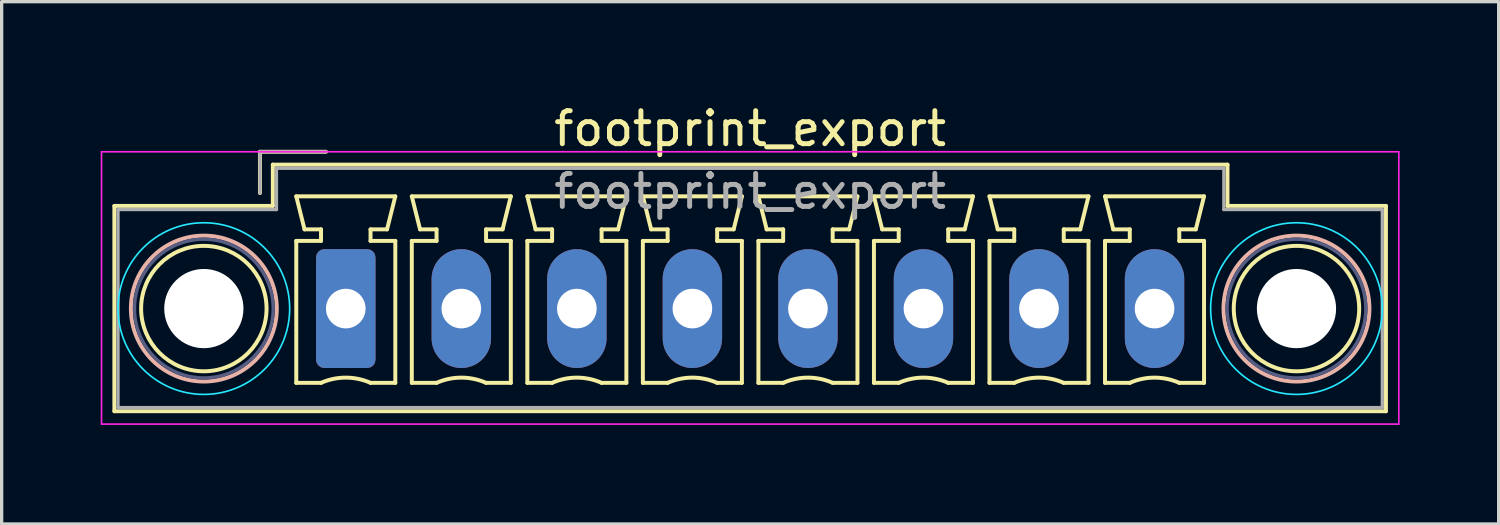
<source format=kicad_pcb>
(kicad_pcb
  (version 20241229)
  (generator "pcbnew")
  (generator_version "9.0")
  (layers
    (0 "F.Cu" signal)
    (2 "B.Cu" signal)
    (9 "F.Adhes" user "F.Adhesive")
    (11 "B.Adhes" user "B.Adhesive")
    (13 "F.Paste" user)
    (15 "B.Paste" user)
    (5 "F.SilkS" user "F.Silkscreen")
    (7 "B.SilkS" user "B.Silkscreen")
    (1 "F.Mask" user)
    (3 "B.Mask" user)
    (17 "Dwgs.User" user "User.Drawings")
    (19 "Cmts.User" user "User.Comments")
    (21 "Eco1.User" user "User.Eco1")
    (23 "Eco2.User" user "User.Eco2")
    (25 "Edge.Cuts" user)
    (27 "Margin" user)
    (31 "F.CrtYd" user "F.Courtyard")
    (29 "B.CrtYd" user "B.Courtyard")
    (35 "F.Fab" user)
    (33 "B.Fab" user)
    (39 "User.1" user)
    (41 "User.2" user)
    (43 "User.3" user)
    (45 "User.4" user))
  (footprint "footprint_export"
    (layer "F.Cu")
    (at 7.425 6.298)
    (property "Reference" "footprint_export" (at 12.25 -5.45 0) (layer "F.SilkS") (effects (font (size 1 1) (thickness 0.15))))
    (attr through_hole)
    (fp_line (start -7.01 -3.11) (end -7.01 3.11) (stroke (width 0.12) (type solid)) (layer "F.SilkS"))
    (fp_line (start -7.01 3.11) (end 31.51 3.11) (stroke (width 0.12) (type solid)) (layer "F.SilkS"))
    (fp_line (start -2.6 -4.75) (end -0.6 -4.75) (stroke (width 0.12) (type solid)) (layer "F.SilkS"))
    (fp_line (start -2.6 -3.5) (end -2.6 -4.75) (stroke (width 0.12) (type solid)) (layer "F.SilkS"))
    (fp_line (start -2.21 -4.36) (end -2.21 -3.11) (stroke (width 0.12) (type solid)) (layer "F.SilkS"))
    (fp_line (start -2.21 -3.11) (end -7.01 -3.11) (stroke (width 0.12) (type solid)) (layer "F.SilkS"))
    (fp_line (start -1.5 -3.4) (end 1.5 -3.4) (stroke (width 0.12) (type solid)) (layer "F.SilkS"))
    (fp_line (start -1.5 -2.05) (end -0.75 -2.05) (stroke (width 0.12) (type solid)) (layer "F.SilkS"))
    (fp_line (start -1.5 2.25) (end -1.5 -2.05) (stroke (width 0.12) (type solid)) (layer "F.SilkS"))
    (fp_line (start -1.25 -2.4) (end -1.5 -3.4) (stroke (width 0.12) (type solid)) (layer "F.SilkS"))
    (fp_line (start -0.75 -2.4) (end -1.25 -2.4) (stroke (width 0.12) (type solid)) (layer "F.SilkS"))
    (fp_line (start -0.75 -2.05) (end -0.75 -2.4) (stroke (width 0.12) (type solid)) (layer "F.SilkS"))
    (fp_line (start -0.75 2.25) (end -1.5 2.25) (stroke (width 0.12) (type solid)) (layer "F.SilkS"))
    (fp_line (start 0.75 -2.4) (end 0.75 -2.05) (stroke (width 0.12) (type solid)) (layer "F.SilkS"))
    (fp_line (start 0.75 -2.05) (end 1.5 -2.05) (stroke (width 0.12) (type solid)) (layer "F.SilkS"))
    (fp_line (start 1.25 -2.4) (end 0.75 -2.4) (stroke (width 0.12) (type solid)) (layer "F.SilkS"))
    (fp_line (start 1.5 -3.4) (end 1.25 -2.4) (stroke (width 0.12) (type solid)) (layer "F.SilkS"))
    (fp_line (start 1.5 -2.05) (end 1.5 2.25) (stroke (width 0.12) (type solid)) (layer "F.SilkS"))
    (fp_line (start 1.5 2.25) (end 0.75 2.25) (stroke (width 0.12) (type solid)) (layer "F.SilkS"))
    (fp_line (start 2 -3.4) (end 5 -3.4) (stroke (width 0.12) (type solid)) (layer "F.SilkS"))
    (fp_line (start 2 -2.05) (end 2.75 -2.05) (stroke (width 0.12) (type solid)) (layer "F.SilkS"))
    (fp_line (start 2 2.25) (end 2 -2.05) (stroke (width 0.12) (type solid)) (layer "F.SilkS"))
    (fp_line (start 2.25 -2.4) (end 2 -3.4) (stroke (width 0.12) (type solid)) (layer "F.SilkS"))
    (fp_line (start 2.75 -2.4) (end 2.25 -2.4) (stroke (width 0.12) (type solid)) (layer "F.SilkS"))
    (fp_line (start 2.75 -2.05) (end 2.75 -2.4) (stroke (width 0.12) (type solid)) (layer "F.SilkS"))
    (fp_line (start 2.75 2.25) (end 2 2.25) (stroke (width 0.12) (type solid)) (layer "F.SilkS"))
    (fp_line (start 4.25 -2.4) (end 4.25 -2.05) (stroke (width 0.12) (type solid)) (layer "F.SilkS"))
    (fp_line (start 4.25 -2.05) (end 5 -2.05) (stroke (width 0.12) (type solid)) (layer "F.SilkS"))
    (fp_line (start 4.75 -2.4) (end 4.25 -2.4) (stroke (width 0.12) (type solid)) (layer "F.SilkS"))
    (fp_line (start 5 -3.4) (end 4.75 -2.4) (stroke (width 0.12) (type solid)) (layer "F.SilkS"))
    (fp_line (start 5 -2.05) (end 5 2.25) (stroke (width 0.12) (type solid)) (layer "F.SilkS"))
    (fp_line (start 5 2.25) (end 4.25 2.25) (stroke (width 0.12) (type solid)) (layer "F.SilkS"))
    (fp_line (start 5.5 -3.4) (end 8.5 -3.4) (stroke (width 0.12) (type solid)) (layer "F.SilkS"))
    (fp_line (start 5.5 -2.05) (end 6.25 -2.05) (stroke (width 0.12) (type solid)) (layer "F.SilkS"))
    (fp_line (start 5.5 2.25) (end 5.5 -2.05) (stroke (width 0.12) (type solid)) (layer "F.SilkS"))
    (fp_line (start 5.75 -2.4) (end 5.5 -3.4) (stroke (width 0.12) (type solid)) (layer "F.SilkS"))
    (fp_line (start 6.25 -2.4) (end 5.75 -2.4) (stroke (width 0.12) (type solid)) (layer "F.SilkS"))
    (fp_line (start 6.25 -2.05) (end 6.25 -2.4) (stroke (width 0.12) (type solid)) (layer "F.SilkS"))
    (fp_line (start 6.25 2.25) (end 5.5 2.25) (stroke (width 0.12) (type solid)) (layer "F.SilkS"))
    (fp_line (start 7.75 -2.4) (end 7.75 -2.05) (stroke (width 0.12) (type solid)) (layer "F.SilkS"))
    (fp_line (start 7.75 -2.05) (end 8.5 -2.05) (stroke (width 0.12) (type solid)) (layer "F.SilkS"))
    (fp_line (start 8.25 -2.4) (end 7.75 -2.4) (stroke (width 0.12) (type solid)) (layer "F.SilkS"))
    (fp_line (start 8.5 -3.4) (end 8.25 -2.4) (stroke (width 0.12) (type solid)) (layer "F.SilkS"))
    (fp_line (start 8.5 -2.05) (end 8.5 2.25) (stroke (width 0.12) (type solid)) (layer "F.SilkS"))
    (fp_line (start 8.5 2.25) (end 7.75 2.25) (stroke (width 0.12) (type solid)) (layer "F.SilkS"))
    (fp_line (start 9 -3.4) (end 12 -3.4) (stroke (width 0.12) (type solid)) (layer "F.SilkS"))
    (fp_line (start 9 -2.05) (end 9.75 -2.05) (stroke (width 0.12) (type solid)) (layer "F.SilkS"))
    (fp_line (start 9 2.25) (end 9 -2.05) (stroke (width 0.12) (type solid)) (layer "F.SilkS"))
    (fp_line (start 9.25 -2.4) (end 9 -3.4) (stroke (width 0.12) (type solid)) (layer "F.SilkS"))
    (fp_line (start 9.75 -2.4) (end 9.25 -2.4) (stroke (width 0.12) (type solid)) (layer "F.SilkS"))
    (fp_line (start 9.75 -2.05) (end 9.75 -2.4) (stroke (width 0.12) (type solid)) (layer "F.SilkS"))
    (fp_line (start 9.75 2.25) (end 9 2.25) (stroke (width 0.12) (type solid)) (layer "F.SilkS"))
    (fp_line (start 11.25 -2.4) (end 11.25 -2.05) (stroke (width 0.12) (type solid)) (layer "F.SilkS"))
    (fp_line (start 11.25 -2.05) (end 12 -2.05) (stroke (width 0.12) (type solid)) (layer "F.SilkS"))
    (fp_line (start 11.75 -2.4) (end 11.25 -2.4) (stroke (width 0.12) (type solid)) (layer "F.SilkS"))
    (fp_line (start 12 -3.4) (end 11.75 -2.4) (stroke (width 0.12) (type solid)) (layer "F.SilkS"))
    (fp_line (start 12 -2.05) (end 12 2.25) (stroke (width 0.12) (type solid)) (layer "F.SilkS"))
    (fp_line (start 12 2.25) (end 11.25 2.25) (stroke (width 0.12) (type solid)) (layer "F.SilkS"))
    (fp_line (start 12.5 -3.4) (end 15.5 -3.4) (stroke (width 0.12) (type solid)) (layer "F.SilkS"))
    (fp_line (start 12.5 -2.05) (end 13.25 -2.05) (stroke (width 0.12) (type solid)) (layer "F.SilkS"))
    (fp_line (start 12.5 2.25) (end 12.5 -2.05) (stroke (width 0.12) (type solid)) (layer "F.SilkS"))
    (fp_line (start 12.75 -2.4) (end 12.5 -3.4) (stroke (width 0.12) (type solid)) (layer "F.SilkS"))
    (fp_line (start 13.25 -2.4) (end 12.75 -2.4) (stroke (width 0.12) (type solid)) (layer "F.SilkS"))
    (fp_line (start 13.25 -2.05) (end 13.25 -2.4) (stroke (width 0.12) (type solid)) (layer "F.SilkS"))
    (fp_line (start 13.25 2.25) (end 12.5 2.25) (stroke (width 0.12) (type solid)) (layer "F.SilkS"))
    (fp_line (start 14.75 -2.4) (end 14.75 -2.05) (stroke (width 0.12) (type solid)) (layer "F.SilkS"))
    (fp_line (start 14.75 -2.05) (end 15.5 -2.05) (stroke (width 0.12) (type solid)) (layer "F.SilkS"))
    (fp_line (start 15.25 -2.4) (end 14.75 -2.4) (stroke (width 0.12) (type solid)) (layer "F.SilkS"))
    (fp_line (start 15.5 -3.4) (end 15.25 -2.4) (stroke (width 0.12) (type solid)) (layer "F.SilkS"))
    (fp_line (start 15.5 -2.05) (end 15.5 2.25) (stroke (width 0.12) (type solid)) (layer "F.SilkS"))
    (fp_line (start 15.5 2.25) (end 14.75 2.25) (stroke (width 0.12) (type solid)) (layer "F.SilkS"))
    (fp_line (start 16 -3.4) (end 19 -3.4) (stroke (width 0.12) (type solid)) (layer "F.SilkS"))
    (fp_line (start 16 -2.05) (end 16.75 -2.05) (stroke (width 0.12) (type solid)) (layer "F.SilkS"))
    (fp_line (start 16 2.25) (end 16 -2.05) (stroke (width 0.12) (type solid)) (layer "F.SilkS"))
    (fp_line (start 16.25 -2.4) (end 16 -3.4) (stroke (width 0.12) (type solid)) (layer "F.SilkS"))
    (fp_line (start 16.75 -2.4) (end 16.25 -2.4) (stroke (width 0.12) (type solid)) (layer "F.SilkS"))
    (fp_line (start 16.75 -2.05) (end 16.75 -2.4) (stroke (width 0.12) (type solid)) (layer "F.SilkS"))
    (fp_line (start 16.75 2.25) (end 16 2.25) (stroke (width 0.12) (type solid)) (layer "F.SilkS"))
    (fp_line (start 18.25 -2.4) (end 18.25 -2.05) (stroke (width 0.12) (type solid)) (layer "F.SilkS"))
    (fp_line (start 18.25 -2.05) (end 19 -2.05) (stroke (width 0.12) (type solid)) (layer "F.SilkS"))
    (fp_line (start 18.75 -2.4) (end 18.25 -2.4) (stroke (width 0.12) (type solid)) (layer "F.SilkS"))
    (fp_line (start 19 -3.4) (end 18.75 -2.4) (stroke (width 0.12) (type solid)) (layer "F.SilkS"))
    (fp_line (start 19 -2.05) (end 19 2.25) (stroke (width 0.12) (type solid)) (layer "F.SilkS"))
    (fp_line (start 19 2.25) (end 18.25 2.25) (stroke (width 0.12) (type solid)) (layer "F.SilkS"))
    (fp_line (start 19.5 -3.4) (end 22.5 -3.4) (stroke (width 0.12) (type solid)) (layer "F.SilkS"))
    (fp_line (start 19.5 -2.05) (end 20.25 -2.05) (stroke (width 0.12) (type solid)) (layer "F.SilkS"))
    (fp_line (start 19.5 2.25) (end 19.5 -2.05) (stroke (width 0.12) (type solid)) (layer "F.SilkS"))
    (fp_line (start 19.75 -2.4) (end 19.5 -3.4) (stroke (width 0.12) (type solid)) (layer "F.SilkS"))
    (fp_line (start 20.25 -2.4) (end 19.75 -2.4) (stroke (width 0.12) (type solid)) (layer "F.SilkS"))
    (fp_line (start 20.25 -2.05) (end 20.25 -2.4) (stroke (width 0.12) (type solid)) (layer "F.SilkS"))
    (fp_line (start 20.25 2.25) (end 19.5 2.25) (stroke (width 0.12) (type solid)) (layer "F.SilkS"))
    (fp_line (start 21.75 -2.4) (end 21.75 -2.05) (stroke (width 0.12) (type solid)) (layer "F.SilkS"))
    (fp_line (start 21.75 -2.05) (end 22.5 -2.05) (stroke (width 0.12) (type solid)) (layer "F.SilkS"))
    (fp_line (start 22.25 -2.4) (end 21.75 -2.4) (stroke (width 0.12) (type solid)) (layer "F.SilkS"))
    (fp_line (start 22.5 -3.4) (end 22.25 -2.4) (stroke (width 0.12) (type solid)) (layer "F.SilkS"))
    (fp_line (start 22.5 -2.05) (end 22.5 2.25) (stroke (width 0.12) (type solid)) (layer "F.SilkS"))
    (fp_line (start 22.5 2.25) (end 21.75 2.25) (stroke (width 0.12) (type solid)) (layer "F.SilkS"))
    (fp_line (start 23 -3.4) (end 26 -3.4) (stroke (width 0.12) (type solid)) (layer "F.SilkS"))
    (fp_line (start 23 -2.05) (end 23.75 -2.05) (stroke (width 0.12) (type solid)) (layer "F.SilkS"))
    (fp_line (start 23 2.25) (end 23 -2.05) (stroke (width 0.12) (type solid)) (layer "F.SilkS"))
    (fp_line (start 23.25 -2.4) (end 23 -3.4) (stroke (width 0.12) (type solid)) (layer "F.SilkS"))
    (fp_line (start 23.75 -2.4) (end 23.25 -2.4) (stroke (width 0.12) (type solid)) (layer "F.SilkS"))
    (fp_line (start 23.75 -2.05) (end 23.75 -2.4) (stroke (width 0.12) (type solid)) (layer "F.SilkS"))
    (fp_line (start 23.75 2.25) (end 23 2.25) (stroke (width 0.12) (type solid)) (layer "F.SilkS"))
    (fp_line (start 25.25 -2.4) (end 25.25 -2.05) (stroke (width 0.12) (type solid)) (layer "F.SilkS"))
    (fp_line (start 25.25 -2.05) (end 26 -2.05) (stroke (width 0.12) (type solid)) (layer "F.SilkS"))
    (fp_line (start 25.75 -2.4) (end 25.25 -2.4) (stroke (width 0.12) (type solid)) (layer "F.SilkS"))
    (fp_line (start 26 -3.4) (end 25.75 -2.4) (stroke (width 0.12) (type solid)) (layer "F.SilkS"))
    (fp_line (start 26 -2.05) (end 26 2.25) (stroke (width 0.12) (type solid)) (layer "F.SilkS"))
    (fp_line (start 26 2.25) (end 25.25 2.25) (stroke (width 0.12) (type solid)) (layer "F.SilkS"))
    (fp_line (start 26.71 -4.36) (end -2.21 -4.36) (stroke (width 0.12) (type solid)) (layer "F.SilkS"))
    (fp_line (start 26.71 -3.11) (end 26.71 -4.36) (stroke (width 0.12) (type solid)) (layer "F.SilkS"))
    (fp_line (start 31.51 -3.11) (end 26.71 -3.11) (stroke (width 0.12) (type solid)) (layer "F.SilkS"))
    (fp_line (start 31.51 3.11) (end 31.51 -3.11) (stroke (width 0.12) (type solid)) (layer "F.SilkS"))
    (fp_arc (start -0.75 2.25) (mid -0.000193 2.09191) (end 0.749647 2.249844) (stroke (width 0.12) (type solid)) (layer "F.SilkS"))
    (fp_arc (start 2.75 2.25) (mid 3.499807 2.09191) (end 4.249647 2.249844) (stroke (width 0.12) (type solid)) (layer "F.SilkS"))
    (fp_arc (start 6.25 2.25) (mid 6.999807 2.09191) (end 7.749647 2.249844) (stroke (width 0.12) (type solid)) (layer "F.SilkS"))
    (fp_arc (start 9.75 2.25) (mid 10.499807 2.09191) (end 11.249647 2.249844) (stroke (width 0.12) (type solid)) (layer "F.SilkS"))
    (fp_arc (start 13.25 2.25) (mid 13.999807 2.09191) (end 14.749647 2.249844) (stroke (width 0.12) (type solid)) (layer "F.SilkS"))
    (fp_arc (start 16.75 2.25) (mid 17.499807 2.09191) (end 18.249647 2.249844) (stroke (width 0.12) (type solid)) (layer "F.SilkS"))
    (fp_arc (start 20.25 2.25) (mid 20.999807 2.09191) (end 21.749647 2.249844) (stroke (width 0.12) (type solid)) (layer "F.SilkS"))
    (fp_arc (start 23.75 2.25) (mid 24.499807 2.09191) (end 25.249647 2.249844) (stroke (width 0.12) (type solid)) (layer "F.SilkS"))
    (fp_circle (center -4.3 0) (end -2.4 0) (stroke (width 0.12) (type solid)) (fill no) (layer "F.SilkS"))
    (fp_circle (center 28.8 0) (end 30.7 0) (stroke (width 0.12) (type solid)) (fill no) (layer "F.SilkS"))
    (fp_circle (center -4.3 0) (end -2.09 0) (stroke (width 0.12) (type solid)) (fill no) (layer "B.SilkS"))
    (fp_circle (center 28.8 0) (end 31.01 0) (stroke (width 0.12) (type solid)) (fill no) (layer "B.SilkS"))
    (fp_circle (center -4.3 0) (end -1.7 0) (stroke (width 0.05) (type solid)) (fill no) (layer "B.CrtYd"))
    (fp_circle (center 28.8 0) (end 31.4 0) (stroke (width 0.05) (type solid)) (fill no) (layer "B.CrtYd"))
    (fp_line (start -7.4 -4.75) (end -7.4 3.5) (stroke (width 0.05) (type solid)) (layer "F.CrtYd"))
    (fp_line (start -7.4 3.5) (end 31.9 3.5) (stroke (width 0.05) (type solid)) (layer "F.CrtYd"))
    (fp_line (start 31.9 -4.75) (end -7.4 -4.75) (stroke (width 0.05) (type solid)) (layer "F.CrtYd"))
    (fp_line (start 31.9 3.5) (end 31.9 -4.75) (stroke (width 0.05) (type solid)) (layer "F.CrtYd"))
    (fp_circle (center -4.3 0) (end -2.2 0) (stroke (width 0.1) (type solid)) (fill no) (layer "B.Fab"))
    (fp_circle (center 28.8 0) (end 30.9 0) (stroke (width 0.1) (type solid)) (fill no) (layer "B.Fab"))
    (fp_line (start -6.9 -3) (end -6.9 3) (stroke (width 0.1) (type solid)) (layer "F.Fab"))
    (fp_line (start -6.9 3) (end 31.4 3) (stroke (width 0.1) (type solid)) (layer "F.Fab"))
    (fp_line (start -2.6 -4.75) (end -0.6 -4.75) (stroke (width 0.1) (type solid)) (layer "F.Fab"))
    (fp_line (start -2.6 -3.5) (end -2.6 -4.75) (stroke (width 0.1) (type solid)) (layer "F.Fab"))
    (fp_line (start -2.1 -4.25) (end -2.1 -3) (stroke (width 0.1) (type solid)) (layer "F.Fab"))
    (fp_line (start -2.1 -3) (end -6.9 -3) (stroke (width 0.1) (type solid)) (layer "F.Fab"))
    (fp_line (start 26.6 -4.25) (end -2.1 -4.25) (stroke (width 0.1) (type solid)) (layer "F.Fab"))
    (fp_line (start 26.6 -3) (end 26.6 -4.25) (stroke (width 0.1) (type solid)) (layer "F.Fab"))
    (fp_line (start 31.4 -3) (end 26.6 -3) (stroke (width 0.1) (type solid)) (layer "F.Fab"))
    (fp_line (start 31.4 3) (end 31.4 -3) (stroke (width 0.1) (type solid)) (layer "F.Fab"))
    (fp_text user "${REFERENCE}" (at 12.25 -3.55 0) (layer "F.Fab") (effects (font (size 1 1) (thickness 0.15))))
    (pad "" np_thru_hole circle (at -4.3 0) (size 2.4 2.4) (drill 2.4) (layers "*.Cu" "*.Mask"))
    (pad "" np_thru_hole circle (at 28.8 0) (size 2.4 2.4) (drill 2.4) (layers "*.Cu" "*.Mask"))
    (pad "1" thru_hole roundrect (at 0 0) (size 1.8 3.6) (drill 1.2) (layers "*.Cu" "*.Mask") (roundrect_rratio 0.139))
    (pad "2" thru_hole oval (at 3.5 0) (size 1.8 3.6) (drill 1.2) (layers "*.Cu" "*.Mask"))
    (pad "3" thru_hole oval (at 7 0) (size 1.8 3.6) (drill 1.2) (layers "*.Cu" "*.Mask"))
    (pad "4" thru_hole oval (at 10.5 0) (size 1.8 3.6) (drill 1.2) (layers "*.Cu" "*.Mask"))
    (pad "5" thru_hole oval (at 14 0) (size 1.8 3.6) (drill 1.2) (layers "*.Cu" "*.Mask"))
    (pad "6" thru_hole oval (at 17.5 0) (size 1.8 3.6) (drill 1.2) (layers "*.Cu" "*.Mask"))
    (pad "7" thru_hole oval (at 21 0) (size 1.8 3.6) (drill 1.2) (layers "*.Cu" "*.Mask"))
    (pad "8" thru_hole oval (at 24.5 0) (size 1.8 3.6) (drill 1.2) (layers "*.Cu" "*.Mask")))
  (gr_rect
    (start -3 -3)
    (end 42.35 12.823)
    (stroke (width 0.1) (type default))
    (fill no)
    (layer "Edge.Cuts")))
</source>
